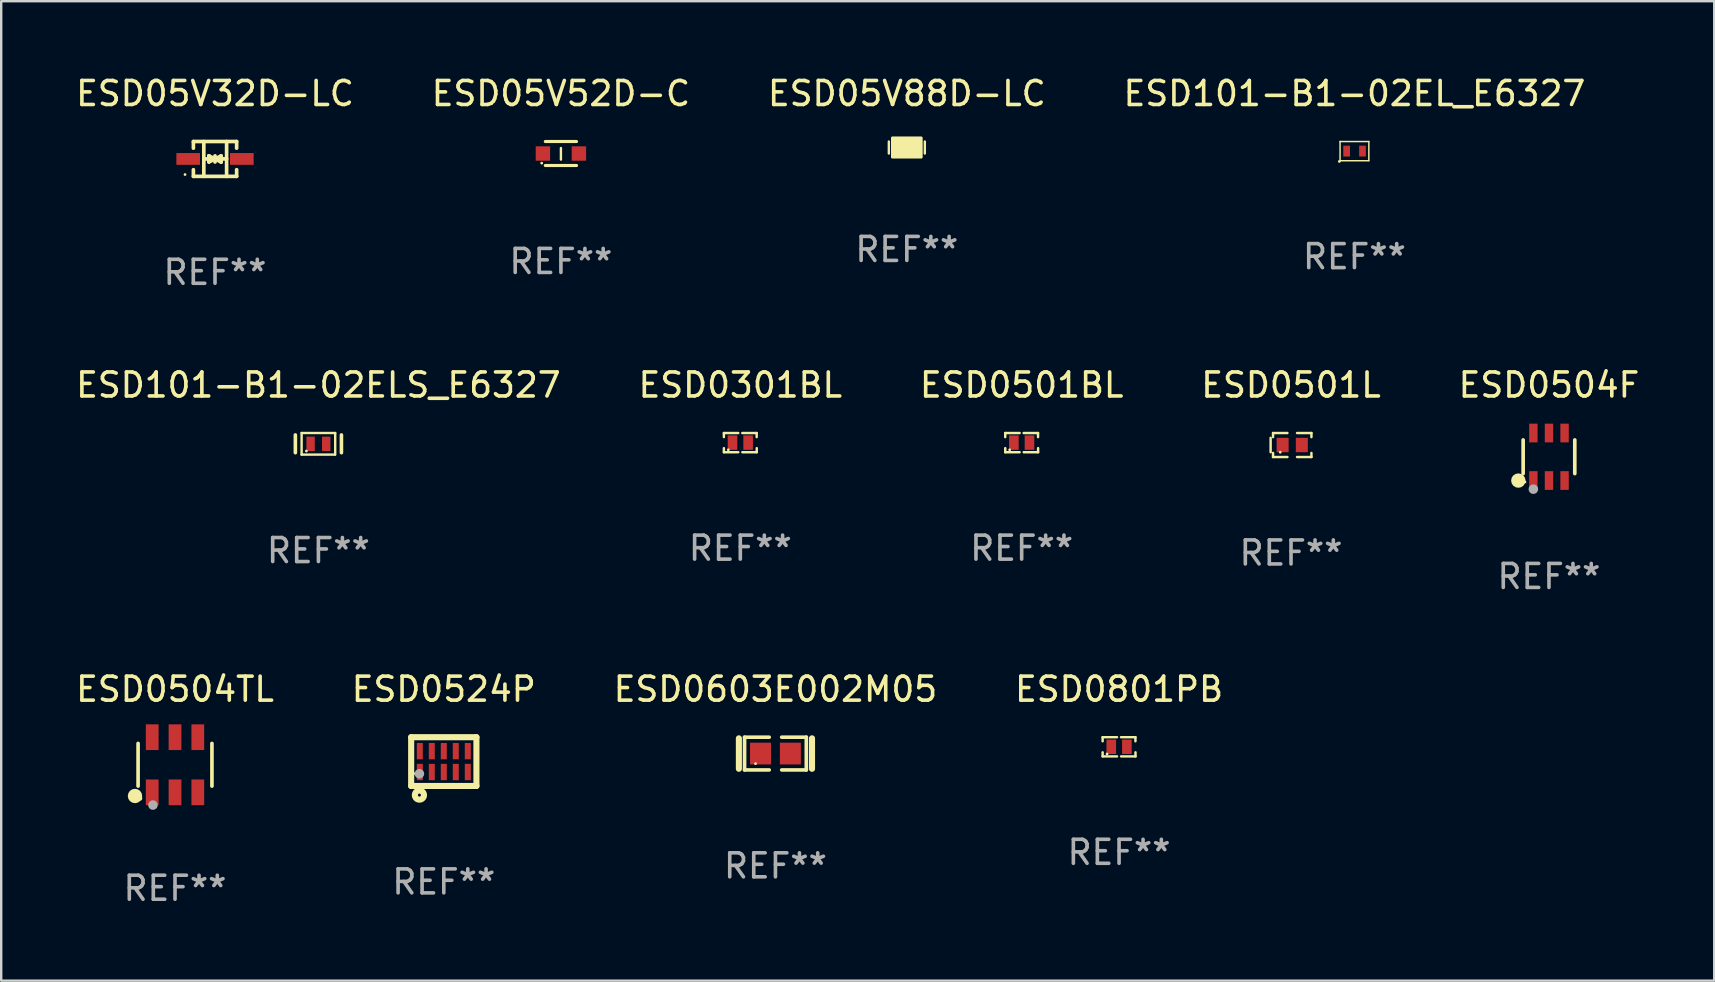
<source format=kicad_pcb>
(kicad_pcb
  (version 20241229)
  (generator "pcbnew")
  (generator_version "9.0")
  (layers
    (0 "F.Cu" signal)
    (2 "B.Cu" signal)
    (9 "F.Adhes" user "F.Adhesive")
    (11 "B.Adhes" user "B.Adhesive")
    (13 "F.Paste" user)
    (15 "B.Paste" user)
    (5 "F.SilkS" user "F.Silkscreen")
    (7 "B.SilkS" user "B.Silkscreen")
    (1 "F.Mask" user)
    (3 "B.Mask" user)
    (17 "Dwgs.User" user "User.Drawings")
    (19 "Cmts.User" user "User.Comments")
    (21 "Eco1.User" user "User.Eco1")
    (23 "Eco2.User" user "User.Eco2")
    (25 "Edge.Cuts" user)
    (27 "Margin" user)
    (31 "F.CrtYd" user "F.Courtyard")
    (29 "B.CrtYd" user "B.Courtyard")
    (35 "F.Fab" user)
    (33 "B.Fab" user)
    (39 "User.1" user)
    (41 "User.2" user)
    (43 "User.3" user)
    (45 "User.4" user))
  (footprint "ESD101-B1-02ELS_E6327"
    (layer "F.Cu")
    (at 10.22 15.447)
    (property "Reference" "ESD101-B1-02ELS_E6327" (at 0 -2.45 0) (layer "F.SilkS") (effects (font (size 1 1) (thickness 0.15))))
    (attr through_hole)
    (fp_line (start -0.96 0.37) (end -0.96 -0.37) (stroke (width 0.15) (type solid)) (layer "F.SilkS"))
    (fp_line (start -0.7 -0.45) (end -0.7 0.45) (stroke (width 0.1) (type solid)) (layer "F.SilkS"))
    (fp_line (start -0.7 -0.45) (end 0.7 -0.45) (stroke (width 0.1) (type solid)) (layer "F.SilkS"))
    (fp_line (start -0.7 0.45) (end 0.69 0.45) (stroke (width 0.1) (type solid)) (layer "F.SilkS"))
    (fp_line (start 0.7 -0.45) (end 0.7 0.45) (stroke (width 0.1) (type solid)) (layer "F.SilkS"))
    (fp_line (start 0.96 -0.37) (end 0.96 0.37) (stroke (width 0.15) (type solid)) (layer "F.SilkS"))
    (fp_circle (center -0.5 0.3) (end -0.47 0.3) (stroke (width 0.06) (type solid)) (fill no) (layer "F.SilkS"))
    (fp_text user "REF**" (at 0 4.45 0) (layer "F.Fab") (effects (font (size 1 1) (thickness 0.15))))
    (pad "1" smd rect (at -0.325 -0.000025 90) (size 0.6 0.35) (layers "F.Cu" "F.Mask" "F.Paste"))
    (pad "2" smd rect (at 0.325 -0.000025 90) (size 0.6 0.35) (layers "F.Cu" "F.Mask" "F.Paste")))
  (footprint "ESD0603E002M05"
    (layer "F.Cu")
    (at 29.268 28.356)
    (property "Reference" "ESD0603E002M05" (at 0 -2.682 0) (layer "F.SilkS") (effects (font (size 1 1) (thickness 0.15))))
    (attr through_hole)
    (fp_line (start -1.524 -0.635) (end -1.524 0.635) (stroke (width 0.254) (type solid)) (layer "F.SilkS"))
    (fp_line (start -1.287 -0.682) (end -0.261 -0.682) (stroke (width 0.152) (type solid)) (layer "F.SilkS"))
    (fp_line (start -1.287 0.682) (end -1.287 -0.682) (stroke (width 0.152) (type solid)) (layer "F.SilkS"))
    (fp_line (start -0.261 0.682) (end -1.287 0.682) (stroke (width 0.152) (type solid)) (layer "F.SilkS"))
    (fp_line (start 0.261 0.682) (end 1.287 0.682) (stroke (width 0.152) (type solid)) (layer "F.SilkS"))
    (fp_line (start 1.287 -0.682) (end 0.261 -0.682) (stroke (width 0.152) (type solid)) (layer "F.SilkS"))
    (fp_line (start 1.287 0.682) (end 1.287 -0.682) (stroke (width 0.152) (type solid)) (layer "F.SilkS"))
    (fp_line (start 1.524 -0.635) (end 1.524 0.635) (stroke (width 0.254) (type solid)) (layer "F.SilkS"))
    (fp_circle (center -0.83 0.42) (end -0.8 0.42) (stroke (width 0.06) (type solid)) (fill no) (layer "F.SilkS"))
    (fp_text user "REF**" (at 0 4.682 0) (layer "F.Fab") (effects (font (size 1 1) (thickness 0.15))))
    (pad "1" smd rect (at -0.622 0) (size 0.873 0.907) (layers "F.Cu" "F.Mask" "F.Paste"))
    (pad "2" smd rect (at 0.622 0) (size 0.873 0.907) (layers "F.Cu" "F.Mask" "F.Paste")))
  (footprint "ESD05V52D-C"
    (layer "F.Cu")
    (at 20.327 3.348)
    (property "Reference" "ESD05V52D-C" (at 0 -2.5 0) (layer "F.SilkS") (effects (font (size 1 1) (thickness 0.15))))
    (attr through_hole)
    (fp_line (start -0.65 -0.5) (end 0.65 -0.5) (stroke (width 0.13) (type solid)) (layer "F.SilkS"))
    (fp_line (start -0.65 0.5) (end 0.65 0.5) (stroke (width 0.13) (type solid)) (layer "F.SilkS"))
    (fp_line (start 0 -0.229) (end 0 0.254) (stroke (width 0.1) (type solid)) (layer "F.SilkS"))
    (fp_circle (center -0.8 0.4) (end -0.77 0.4) (stroke (width 0.06) (type solid)) (fill no) (layer "F.SilkS"))
    (fp_text user "REF**" (at 0 4.5 0) (layer "F.Fab") (effects (font (size 1 1) (thickness 0.15))))
    (pad "1" smd rect (at -0.75 0) (size 0.6 0.6) (layers "F.Cu" "F.Mask" "F.Paste"))
    (pad "2" smd rect (at 0.75 0 180) (size 0.6 0.6) (layers "F.Cu" "F.Mask" "F.Paste")))
  (footprint "ESD101-B1-02EL_E6327"
    (layer "F.Cu")
    (at 53.399 3.248)
    (property "Reference" "ESD101-B1-02EL_E6327" (at 0 -2.4 0) (layer "F.SilkS") (effects (font (size 1 1) (thickness 0.15))))
    (attr through_hole)
    (fp_line (start -0.6 -0.4) (end 0.6 -0.4) (stroke (width 0.06) (type solid)) (layer "F.SilkS"))
    (fp_line (start -0.6 0.4) (end -0.6 -0.4) (stroke (width 0.06) (type solid)) (layer "F.SilkS"))
    (fp_line (start 0.6 -0.4) (end 0.6 0.4) (stroke (width 0.06) (type solid)) (layer "F.SilkS"))
    (fp_line (start 0.6 0.4) (end -0.6 0.4) (stroke (width 0.06) (type solid)) (layer "F.SilkS"))
    (fp_circle (center -0.63 0.43) (end -0.6 0.43) (stroke (width 0.06) (type solid)) (fill no) (layer "F.SilkS"))
    (fp_text user "REF**" (at 0 4.4 0) (layer "F.Fab") (effects (font (size 1 1) (thickness 0.15))))
    (pad "1" smd rect (at -0.325 0) (size 0.28 0.45) (layers "F.Cu" "F.Mask" "F.Paste"))
    (pad "2" smd rect (at 0.335 0) (size 0.28 0.45) (layers "F.Cu" "F.Mask" "F.Paste")))
  (footprint "ESD0801PB"
    (layer "F.Cu")
    (at 43.589 28.074)
    (property "Reference" "ESD0801PB" (at 0 -2.4 0) (layer "F.SilkS") (effects (font (size 1 1) (thickness 0.15))))
    (attr through_hole)
    (fp_line (start -0.685 -0.4) (end -0.685 -0.23) (stroke (width 0.102) (type solid)) (layer "F.SilkS"))
    (fp_line (start -0.685 0.4) (end -0.685 0.23) (stroke (width 0.102) (type solid)) (layer "F.SilkS"))
    (fp_line (start -0.085 -0.4) (end -0.685 -0.4) (stroke (width 0.102) (type solid)) (layer "F.SilkS"))
    (fp_line (start -0.085 0.4) (end -0.685 0.4) (stroke (width 0.102) (type solid)) (layer "F.SilkS"))
    (fp_line (start 0.082 -0.4) (end 0.682 -0.4) (stroke (width 0.102) (type solid)) (layer "F.SilkS"))
    (fp_line (start 0.085 0.4) (end 0.685 0.4) (stroke (width 0.102) (type solid)) (layer "F.SilkS"))
    (fp_line (start 0.682 -0.4) (end 0.682 -0.23) (stroke (width 0.102) (type solid)) (layer "F.SilkS"))
    (fp_line (start 0.685 0.4) (end 0.685 0.23) (stroke (width 0.102) (type solid)) (layer "F.SilkS"))
    (fp_circle (center -0.5 0.3) (end -0.47 0.3) (stroke (width 0.06) (type solid)) (fill no) (layer "F.SilkS"))
    (fp_text user "REF**" (at 0 4.4 0) (layer "F.Fab") (effects (font (size 1 1) (thickness 0.15))))
    (pad "1" smd rect (at -0.325 0) (size 0.4 0.6) (layers "F.Cu" "F.Mask" "F.Paste"))
    (pad "2" smd rect (at 0.325 0) (size 0.4 0.6) (layers "F.Cu" "F.Mask" "F.Paste")))
  (footprint "ESD05V32D-LC"
    (layer "F.Cu")
    (at 5.911 3.574)
    (property "Reference" "ESD05V32D-LC" (at 0 -2.726 0) (layer "F.SilkS") (effects (font (size 1 1) (thickness 0.15))))
    (attr through_hole)
    (fp_line (start -0.901 -0.726) (end -0.901 -0.448) (stroke (width 0.152) (type solid)) (layer "F.SilkS"))
    (fp_line (start -0.901 0.726) (end -0.901 0.448) (stroke (width 0.152) (type solid)) (layer "F.SilkS"))
    (fp_line (start -0.467 0) (end 0.483 -0.003) (stroke (width 0.154) (type solid)) (layer "F.SilkS"))
    (fp_line (start -0.467 0.726) (end -0.467 -0.726) (stroke (width 0.152) (type solid)) (layer "F.SilkS"))
    (fp_line (start -0.254 -0.127) (end -0.254 -0.127) (stroke (width 0.154) (type solid)) (layer "F.SilkS"))
    (fp_line (start -0.254 -0.127) (end -0.002 -0.003) (stroke (width 0.154) (type solid)) (layer "F.SilkS"))
    (fp_line (start -0.254 0.127) (end -0.254 -0.127) (stroke (width 0.154) (type solid)) (layer "F.SilkS"))
    (fp_line (start -0.127 0) (end 0.003 0) (stroke (width 0.154) (type solid)) (layer "F.SilkS"))
    (fp_line (start -0.003 0) (end -0.254 0.127) (stroke (width 0.154) (type solid)) (layer "F.SilkS"))
    (fp_line (start 0 -0.127) (end 0 0.127) (stroke (width 0.154) (type solid)) (layer "F.SilkS"))
    (fp_line (start 0.003 0) (end 0.254 -0.127) (stroke (width 0.154) (type solid)) (layer "F.SilkS"))
    (fp_line (start 0.127 0) (end -0.003 0) (stroke (width 0.154) (type solid)) (layer "F.SilkS"))
    (fp_line (start 0.254 -0.127) (end 0.254 0.127) (stroke (width 0.154) (type solid)) (layer "F.SilkS"))
    (fp_line (start 0.254 0.127) (end 0.002 0.003) (stroke (width 0.154) (type solid)) (layer "F.SilkS"))
    (fp_line (start 0.254 0.127) (end 0.254 0.127) (stroke (width 0.154) (type solid)) (layer "F.SilkS"))
    (fp_line (start 0.483 0.726) (end 0.483 -0.726) (stroke (width 0.152) (type solid)) (layer "F.SilkS"))
    (fp_line (start 0.901 -0.726) (end -0.901 -0.726) (stroke (width 0.152) (type solid)) (layer "F.SilkS"))
    (fp_line (start 0.901 -0.726) (end 0.901 -0.448) (stroke (width 0.152) (type solid)) (layer "F.SilkS"))
    (fp_line (start 0.901 0.726) (end -0.901 0.726) (stroke (width 0.152) (type solid)) (layer "F.SilkS"))
    (fp_line (start 0.901 0.726) (end 0.901 0.448) (stroke (width 0.152) (type solid)) (layer "F.SilkS"))
    (fp_circle (center -1.25 0.65) (end -1.22 0.65) (stroke (width 0.06) (type solid)) (fill no) (layer "F.SilkS"))
    (fp_text user "REF**" (at 0 4.726 0) (layer "F.Fab") (effects (font (size 1 1) (thickness 0.15))))
    (pad "1" smd rect (at -1.118 0) (size 0.985 0.49) (layers "F.Cu" "F.Mask" "F.Paste"))
    (pad "2" smd rect (at 1.118 0) (size 0.985 0.49) (layers "F.Cu" "F.Mask" "F.Paste")))
  (footprint "ESD0504TL"
    (layer "F.Cu")
    (at 4.244 28.823)
    (property "Reference" "ESD0504TL" (at 0 -3.149 0) (layer "F.SilkS") (effects (font (size 1 1) (thickness 0.15))))
    (attr through_hole)
    (fp_line (start -1.539 0.889) (end -1.539 -0.889) (stroke (width 0.152) (type solid)) (layer "F.SilkS"))
    (fp_line (start 1.539 0.889) (end 1.539 -0.889) (stroke (width 0.152) (type solid)) (layer "F.SilkS"))
    (fp_circle (center -1.668 1.301) (end -1.518 1.301) (stroke (width 0.3) (type solid)) (fill no) (layer "F.SilkS"))
    (fp_circle (center -1.463 1.4) (end -1.413 1.4) (stroke (width 0.1) (type solid)) (fill no) (layer "F.SilkS"))
    (fp_circle (center -0.92 1.68) (end -0.82 1.68) (stroke (width 0.2) (type solid)) (fill no) (layer "F.Fab"))
    (fp_text user "REF**" (at 0 5.149 0) (layer "F.Fab") (effects (font (size 1 1) (thickness 0.15))))
    (pad "1" smd rect (at -0.95 1.149) (size 0.532 1.072) (layers "F.Cu" "F.Mask" "F.Paste"))
    (pad "2" smd rect (at 0 1.149) (size 0.532 1.072) (layers "F.Cu" "F.Mask" "F.Paste"))
    (pad "3" smd rect (at 0.95 1.149) (size 0.532 1.072) (layers "F.Cu" "F.Mask" "F.Paste"))
    (pad "4" smd rect (at 0.95 -1.149) (size 0.532 1.072) (layers "F.Cu" "F.Mask" "F.Paste"))
    (pad "5" smd rect (at 0 -1.149) (size 0.532 1.072) (layers "F.Cu" "F.Mask" "F.Paste"))
    (pad "6" smd rect (at -0.95 -1.149) (size 0.532 1.072) (layers "F.Cu" "F.Mask" "F.Paste")))
  (footprint "ESD05V88D-LC"
    (layer "F.Cu")
    (at 34.744 3.098)
    (property "Reference" "ESD05V88D-LC" (at 0 -2.25 0) (layer "F.SilkS") (effects (font (size 1 1) (thickness 0.15))))
    (attr through_hole)
    (fp_line (start -0.75 0.25) (end -0.75 -0.25) (stroke (width 0.1) (type solid)) (layer "F.SilkS"))
    (fp_line (start 0.75 -0.25) (end 0.75 0.25) (stroke (width 0.1) (type solid)) (layer "F.SilkS"))
    (fp_circle (center -0.5 0.3) (end -0.47 0.3) (stroke (width 0.06) (type solid)) (fill no) (layer "F.SilkS"))
    (fp_poly (pts (xy -0.6 -0.4) (xy 0.6 -0.4) (xy 0.6 0.4) (xy -0.6 0.4)) (stroke (width 0.12) (type solid)) (fill yes) (layer "F.SilkS"))
    (fp_text user "REF**" (at 0 4.25 0) (layer "F.Fab") (effects (font (size 1 1) (thickness 0.15))))
    (pad "1" smd rect (at -0.325 -0.000013) (size 0.3 0.6) (layers "F.Cu" "F.Mask" "F.Paste"))
    (pad "2" smd rect (at 0.325 -0.000013) (size 0.3 0.6) (layers "F.Cu" "F.Mask" "F.Paste")))
  (footprint "ESD0501L"
    (layer "F.Cu")
    (at 50.756 15.497)
    (property "Reference" "ESD0501L" (at 0 -2.5 0) (layer "F.SilkS") (effects (font (size 1 1) (thickness 0.15))))
    (attr through_hole)
    (fp_line (start -0.85 -0.3) (end -0.85 0.3) (stroke (width 0.102) (type solid)) (layer "F.SilkS"))
    (fp_line (start -0.75 -0.5) (end -0.75 -0.329) (stroke (width 0.102) (type solid)) (layer "F.SilkS"))
    (fp_line (start -0.75 0.329) (end -0.75 0.5) (stroke (width 0.102) (type solid)) (layer "F.SilkS"))
    (fp_line (start -0.75 0.5) (end -0.15 0.5) (stroke (width 0.102) (type solid)) (layer "F.SilkS"))
    (fp_line (start -0.15 -0.5) (end -0.75 -0.5) (stroke (width 0.102) (type solid)) (layer "F.SilkS"))
    (fp_line (start 0.25 -0.5) (end 0.85 -0.5) (stroke (width 0.102) (type solid)) (layer "F.SilkS"))
    (fp_line (start 0.85 -0.5) (end 0.85 -0.33) (stroke (width 0.102) (type solid)) (layer "F.SilkS"))
    (fp_line (start 0.85 0.33) (end 0.85 0.5) (stroke (width 0.102) (type solid)) (layer "F.SilkS"))
    (fp_line (start 0.85 0.5) (end 0.25 0.5) (stroke (width 0.102) (type solid)) (layer "F.SilkS"))
    (fp_circle (center -0.45 0.3) (end -0.42 0.3) (stroke (width 0.06) (type solid)) (fill no) (layer "F.SilkS"))
    (fp_text user "REF**" (at 0 4.5 0) (layer "F.Fab") (effects (font (size 1 1) (thickness 0.15))))
    (pad "1" smd rect (at -0.35 0) (size 0.5 0.6) (layers "F.Cu" "F.Mask" "F.Paste"))
    (pad "2" smd rect (at 0.45 0) (size 0.5 0.6) (layers "F.Cu" "F.Mask" "F.Paste")))
  (footprint "ESD0504F"
    (layer "F.Cu")
    (at 61.506 15.987)
    (property "Reference" "ESD0504F" (at 0 -2.99 0) (layer "F.SilkS") (effects (font (size 1 1) (thickness 0.15))))
    (attr through_hole)
    (fp_line (start -1.076 0.701) (end -1.076 -0.701) (stroke (width 0.152) (type solid)) (layer "F.SilkS"))
    (fp_line (start 1.076 0.701) (end 1.076 -0.701) (stroke (width 0.152) (type solid)) (layer "F.SilkS"))
    (fp_circle (center -1.277 0.992) (end -1.127 0.992) (stroke (width 0.3) (type solid)) (fill no) (layer "F.SilkS"))
    (fp_circle (center -1 1.05) (end -0.97 1.05) (stroke (width 0.06) (type solid)) (fill no) (layer "F.SilkS"))
    (fp_circle (center -0.65 1.35) (end -0.55 1.35) (stroke (width 0.2) (type solid)) (fill no) (layer "F.Fab"))
    (fp_text user "REF**" (at 0 4.99 0) (layer "F.Fab") (effects (font (size 1 1) (thickness 0.15))))
    (pad "1" smd rect (at -0.65 0.99) (size 0.35 0.78) (layers "F.Cu" "F.Mask" "F.Paste"))
    (pad "2" smd rect (at 0 0.99) (size 0.35 0.78) (layers "F.Cu" "F.Mask" "F.Paste"))
    (pad "3" smd rect (at 0.65 0.99) (size 0.35 0.78) (layers "F.Cu" "F.Mask" "F.Paste"))
    (pad "4" smd rect (at 0.65 -0.99) (size 0.35 0.78) (layers "F.Cu" "F.Mask" "F.Paste"))
    (pad "5" smd rect (at 0 -0.99) (size 0.35 0.78) (layers "F.Cu" "F.Mask" "F.Paste"))
    (pad "6" smd rect (at -0.65 -0.99) (size 0.35 0.78) (layers "F.Cu" "F.Mask" "F.Paste")))
  (footprint "ESD0524P"
    (layer "F.Cu")
    (at 15.446 28.69)
    (property "Reference" "ESD0524P" (at 0 -3.016 0) (layer "F.SilkS") (effects (font (size 1 1) (thickness 0.15))))
    (attr through_hole)
    (fp_line (start -1.36 1.016) (end 1.36 1.016) (stroke (width 0.254) (type solid)) (layer "F.SilkS"))
    (fp_line (start -1.36 -1.016) (end -1.36 1.016) (stroke (width 0.254) (type solid)) (layer "F.SilkS"))
    (fp_line (start -1.36 -1.016) (end 1.36 -1.016) (stroke (width 0.254) (type solid)) (layer "F.SilkS"))
    (fp_line (start 1.36 -1.016) (end 1.36 1.016) (stroke (width 0.254) (type solid)) (layer "F.SilkS"))
    (fp_circle (center -1.25 0.5) (end -1.22 0.5) (stroke (width 0.06) (type solid)) (fill no) (layer "F.SilkS"))
    (fp_circle (center -1.016 1.397) (end -0.953 1.397) (stroke (width 0.254) (type solid)) (fill no) (layer "F.SilkS"))
    (fp_circle (center -1.016 0.508) (end -0.916 0.508) (stroke (width 0.2) (type solid)) (fill no) (layer "F.Fab"))
    (fp_text user "REF**" (at 0 5.016 0) (layer "F.Fab") (effects (font (size 1 1) (thickness 0.15))))
    (pad "1" smd rect (at -1 0.435) (size 0.25 0.68) (layers "F.Cu" "F.Mask" "F.Paste"))
    (pad "2" smd rect (at -0.5 0.435) (size 0.25 0.68) (layers "F.Cu" "F.Mask" "F.Paste"))
    (pad "3" smd rect (at 0 0.435) (size 0.25 0.68) (layers "F.Cu" "F.Mask" "F.Paste"))
    (pad "4" smd rect (at 0.5 0.435) (size 0.25 0.68) (layers "F.Cu" "F.Mask" "F.Paste"))
    (pad "5" smd rect (at 1 0.435) (size 0.25 0.68) (layers "F.Cu" "F.Mask" "F.Paste"))
    (pad "6" smd rect (at 1 -0.435) (size 0.25 0.68) (layers "F.Cu" "F.Mask" "F.Paste"))
    (pad "7" smd rect (at 0.5 -0.435) (size 0.25 0.68) (layers "F.Cu" "F.Mask" "F.Paste"))
    (pad "8" smd rect (at 0 -0.435) (size 0.25 0.68) (layers "F.Cu" "F.Mask" "F.Paste"))
    (pad "9" smd rect (at -0.5 -0.435) (size 0.25 0.68) (layers "F.Cu" "F.Mask" "F.Paste"))
    (pad "10" smd rect (at -1 -0.435) (size 0.25 0.68) (layers "F.Cu" "F.Mask" "F.Paste")))
  (footprint "ESD0301BL"
    (layer "F.Cu")
    (at 27.804 15.397)
    (property "Reference" "ESD0301BL" (at 0 -2.4 0) (layer "F.SilkS") (effects (font (size 1 1) (thickness 0.15))))
    (attr through_hole)
    (fp_line (start -0.685 -0.4) (end -0.685 -0.23) (stroke (width 0.102) (type solid)) (layer "F.SilkS"))
    (fp_line (start -0.685 0.4) (end -0.685 0.23) (stroke (width 0.102) (type solid)) (layer "F.SilkS"))
    (fp_line (start -0.085 -0.4) (end -0.685 -0.4) (stroke (width 0.102) (type solid)) (layer "F.SilkS"))
    (fp_line (start -0.085 0.4) (end -0.685 0.4) (stroke (width 0.102) (type solid)) (layer "F.SilkS"))
    (fp_line (start 0.082 -0.4) (end 0.682 -0.4) (stroke (width 0.102) (type solid)) (layer "F.SilkS"))
    (fp_line (start 0.085 0.4) (end 0.685 0.4) (stroke (width 0.102) (type solid)) (layer "F.SilkS"))
    (fp_line (start 0.682 -0.4) (end 0.682 -0.23) (stroke (width 0.102) (type solid)) (layer "F.SilkS"))
    (fp_line (start 0.685 0.4) (end 0.685 0.23) (stroke (width 0.102) (type solid)) (layer "F.SilkS"))
    (fp_circle (center -0.5 0.3) (end -0.47 0.3) (stroke (width 0.06) (type solid)) (fill no) (layer "F.SilkS"))
    (fp_text user "REF**" (at 0 4.4 0) (layer "F.Fab") (effects (font (size 1 1) (thickness 0.15))))
    (pad "1" smd rect (at -0.325 0) (size 0.4 0.6) (layers "F.Cu" "F.Mask" "F.Paste"))
    (pad "2" smd rect (at 0.325 0) (size 0.4 0.6) (layers "F.Cu" "F.Mask" "F.Paste")))
  (footprint "ESD0501BL"
    (layer "F.Cu")
    (at 39.53 15.397)
    (property "Reference" "ESD0501BL" (at 0 -2.4 0) (layer "F.SilkS") (effects (font (size 1 1) (thickness 0.15))))
    (attr through_hole)
    (fp_line (start -0.685 -0.4) (end -0.685 -0.23) (stroke (width 0.102) (type solid)) (layer "F.SilkS"))
    (fp_line (start -0.685 0.4) (end -0.685 0.23) (stroke (width 0.102) (type solid)) (layer "F.SilkS"))
    (fp_line (start -0.085 -0.4) (end -0.685 -0.4) (stroke (width 0.102) (type solid)) (layer "F.SilkS"))
    (fp_line (start -0.085 0.4) (end -0.685 0.4) (stroke (width 0.102) (type solid)) (layer "F.SilkS"))
    (fp_line (start 0.082 -0.4) (end 0.682 -0.4) (stroke (width 0.102) (type solid)) (layer "F.SilkS"))
    (fp_line (start 0.085 0.4) (end 0.685 0.4) (stroke (width 0.102) (type solid)) (layer "F.SilkS"))
    (fp_line (start 0.682 -0.4) (end 0.682 -0.23) (stroke (width 0.102) (type solid)) (layer "F.SilkS"))
    (fp_line (start 0.685 0.4) (end 0.685 0.23) (stroke (width 0.102) (type solid)) (layer "F.SilkS"))
    (fp_circle (center -0.5 0.3) (end -0.47 0.3) (stroke (width 0.06) (type solid)) (fill no) (layer "F.SilkS"))
    (fp_text user "REF**" (at 0 4.4 0) (layer "F.Fab") (effects (font (size 1 1) (thickness 0.15))))
    (pad "1" smd rect (at -0.325 0) (size 0.4 0.6) (layers "F.Cu" "F.Mask" "F.Paste"))
    (pad "2" smd rect (at 0.325 0) (size 0.4 0.6) (layers "F.Cu" "F.Mask" "F.Paste")))
  (gr_rect
    (start -3 -3)
    (end 68.393 37.82)
    (stroke (width 0.1) (type default))
    (fill no)
    (layer "Edge.Cuts")))
</source>
